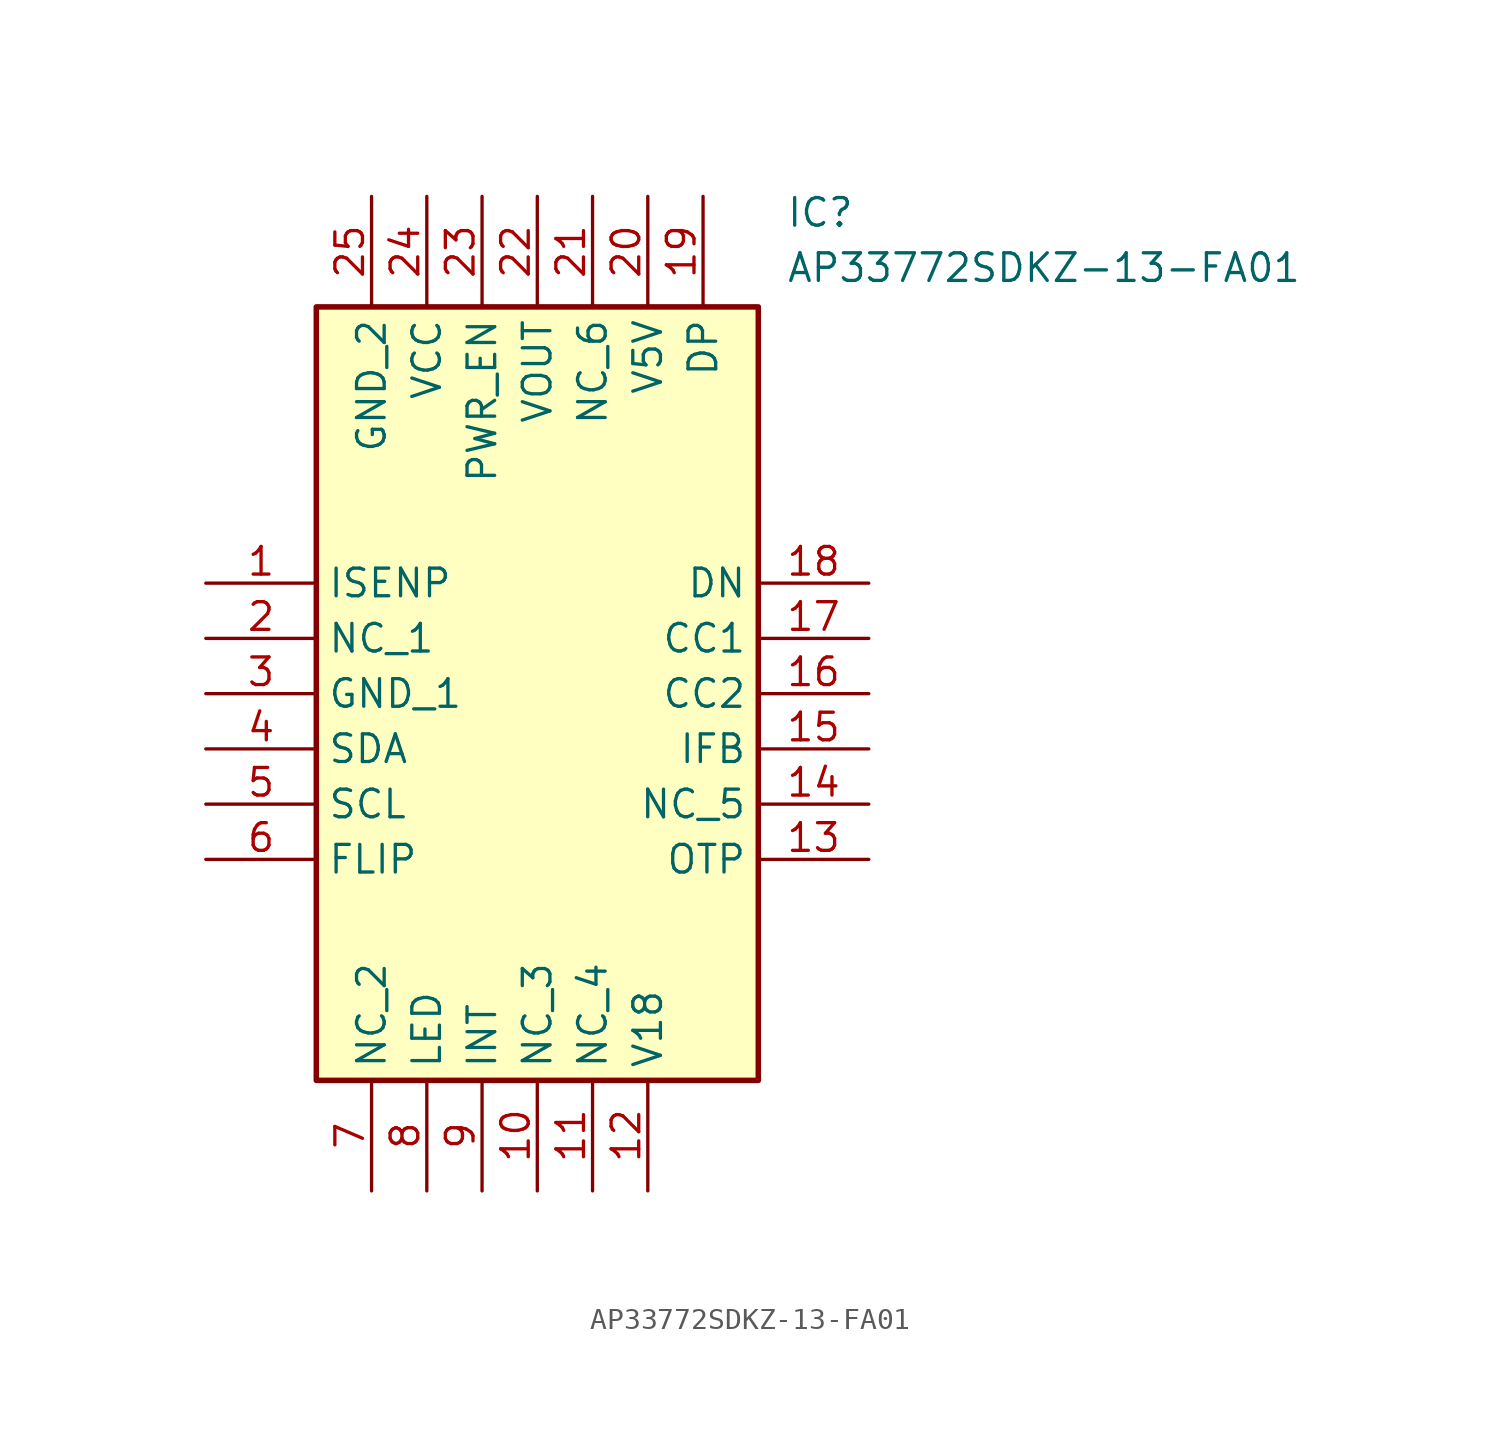
<source format=kicad_sym>
(kicad_symbol_lib
  (version 20211014)
  (generator SamacSys_ECAD_Model)
  (symbol "AP33772SDKZ-13-FA01"
    (property "Reference" "IC"
      (at 26.67 17.78 0)
      (effects (font (size 1.27 1.27)) (justify left top)))
    (property "Value" "AP33772SDKZ-13-FA01"
      (at 26.67 15.24 0)
      (effects (font (size 1.27 1.27)) (justify left top)))
    (rectangle
      (start 5.08 12.7)
      (end 25.4 -22.86)
      (stroke (width 0.254) (type default))
      (fill (type background)))
    (pin passive line
      (at 0 0 0)
      (length 5.08)
      (name "ISENP" (effects (font (size 1.27 1.27))))
      (number "1" (effects (font (size 1.27 1.27)))))
    (pin passive line
      (at 0 -2.54 0)
      (length 5.08)
      (name "NC_1" (effects (font (size 1.27 1.27))))
      (number "2" (effects (font (size 1.27 1.27)))))
    (pin passive line
      (at 0 -5.08 0)
      (length 5.08)
      (name "GND_1" (effects (font (size 1.27 1.27))))
      (number "3" (effects (font (size 1.27 1.27)))))
    (pin passive line
      (at 0 -7.62 0)
      (length 5.08)
      (name "SDA" (effects (font (size 1.27 1.27))))
      (number "4" (effects (font (size 1.27 1.27)))))
    (pin passive line
      (at 0 -10.16 0)
      (length 5.08)
      (name "SCL" (effects (font (size 1.27 1.27))))
      (number "5" (effects (font (size 1.27 1.27)))))
    (pin passive line
      (at 0 -12.7 0)
      (length 5.08)
      (name "FLIP" (effects (font (size 1.27 1.27))))
      (number "6" (effects (font (size 1.27 1.27)))))
    (pin passive line
      (at 7.62 -27.94 90)
      (length 5.08)
      (name "NC_2" (effects (font (size 1.27 1.27))))
      (number "7" (effects (font (size 1.27 1.27)))))
    (pin passive line
      (at 10.16 -27.94 90)
      (length 5.08)
      (name "LED" (effects (font (size 1.27 1.27))))
      (number "8" (effects (font (size 1.27 1.27)))))
    (pin passive line
      (at 12.7 -27.94 90)
      (length 5.08)
      (name "INT" (effects (font (size 1.27 1.27))))
      (number "9" (effects (font (size 1.27 1.27)))))
    (pin passive line
      (at 15.24 -27.94 90)
      (length 5.08)
      (name "NC_3" (effects (font (size 1.27 1.27))))
      (number "10" (effects (font (size 1.27 1.27)))))
    (pin passive line
      (at 17.78 -27.94 90)
      (length 5.08)
      (name "NC_4" (effects (font (size 1.27 1.27))))
      (number "11" (effects (font (size 1.27 1.27)))))
    (pin passive line
      (at 20.32 -27.94 90)
      (length 5.08)
      (name "V18" (effects (font (size 1.27 1.27))))
      (number "12" (effects (font (size 1.27 1.27)))))
    (pin passive line
      (at 30.48 -12.7 180)
      (length 5.08)
      (name "OTP" (effects (font (size 1.27 1.27))))
      (number "13" (effects (font (size 1.27 1.27)))))
    (pin passive line
      (at 30.48 -10.16 180)
      (length 5.08)
      (name "NC_5" (effects (font (size 1.27 1.27))))
      (number "14" (effects (font (size 1.27 1.27)))))
    (pin passive line
      (at 30.48 -7.62 180)
      (length 5.08)
      (name "IFB" (effects (font (size 1.27 1.27))))
      (number "15" (effects (font (size 1.27 1.27)))))
    (pin passive line
      (at 30.48 -5.08 180)
      (length 5.08)
      (name "CC2" (effects (font (size 1.27 1.27))))
      (number "16" (effects (font (size 1.27 1.27)))))
    (pin passive line
      (at 30.48 -2.54 180)
      (length 5.08)
      (name "CC1" (effects (font (size 1.27 1.27))))
      (number "17" (effects (font (size 1.27 1.27)))))
    (pin passive line
      (at 30.48 0 180)
      (length 5.08)
      (name "DN" (effects (font (size 1.27 1.27))))
      (number "18" (effects (font (size 1.27 1.27)))))
    (pin passive line
      (at 22.86 17.78 270)
      (length 5.08)
      (name "DP" (effects (font (size 1.27 1.27))))
      (number "19" (effects (font (size 1.27 1.27)))))
    (pin passive line
      (at 20.32 17.78 270)
      (length 5.08)
      (name "V5V" (effects (font (size 1.27 1.27))))
      (number "20" (effects (font (size 1.27 1.27)))))
    (pin passive line
      (at 17.78 17.78 270)
      (length 5.08)
      (name "NC_6" (effects (font (size 1.27 1.27))))
      (number "21" (effects (font (size 1.27 1.27)))))
    (pin passive line
      (at 15.24 17.78 270)
      (length 5.08)
      (name "VOUT" (effects (font (size 1.27 1.27))))
      (number "22" (effects (font (size 1.27 1.27)))))
    (pin passive line
      (at 12.7 17.78 270)
      (length 5.08)
      (name "PWR_EN" (effects (font (size 1.27 1.27))))
      (number "23" (effects (font (size 1.27 1.27)))))
    (pin passive line
      (at 10.16 17.78 270)
      (length 5.08)
      (name "VCC" (effects (font (size 1.27 1.27))))
      (number "24" (effects (font (size 1.27 1.27)))))
    (pin passive line
      (at 7.62 17.78 270)
      (length 5.08)
      (name "GND_2" (effects (font (size 1.27 1.27))))
      (number "25" (effects (font (size 1.27 1.27)))))))
</source>
